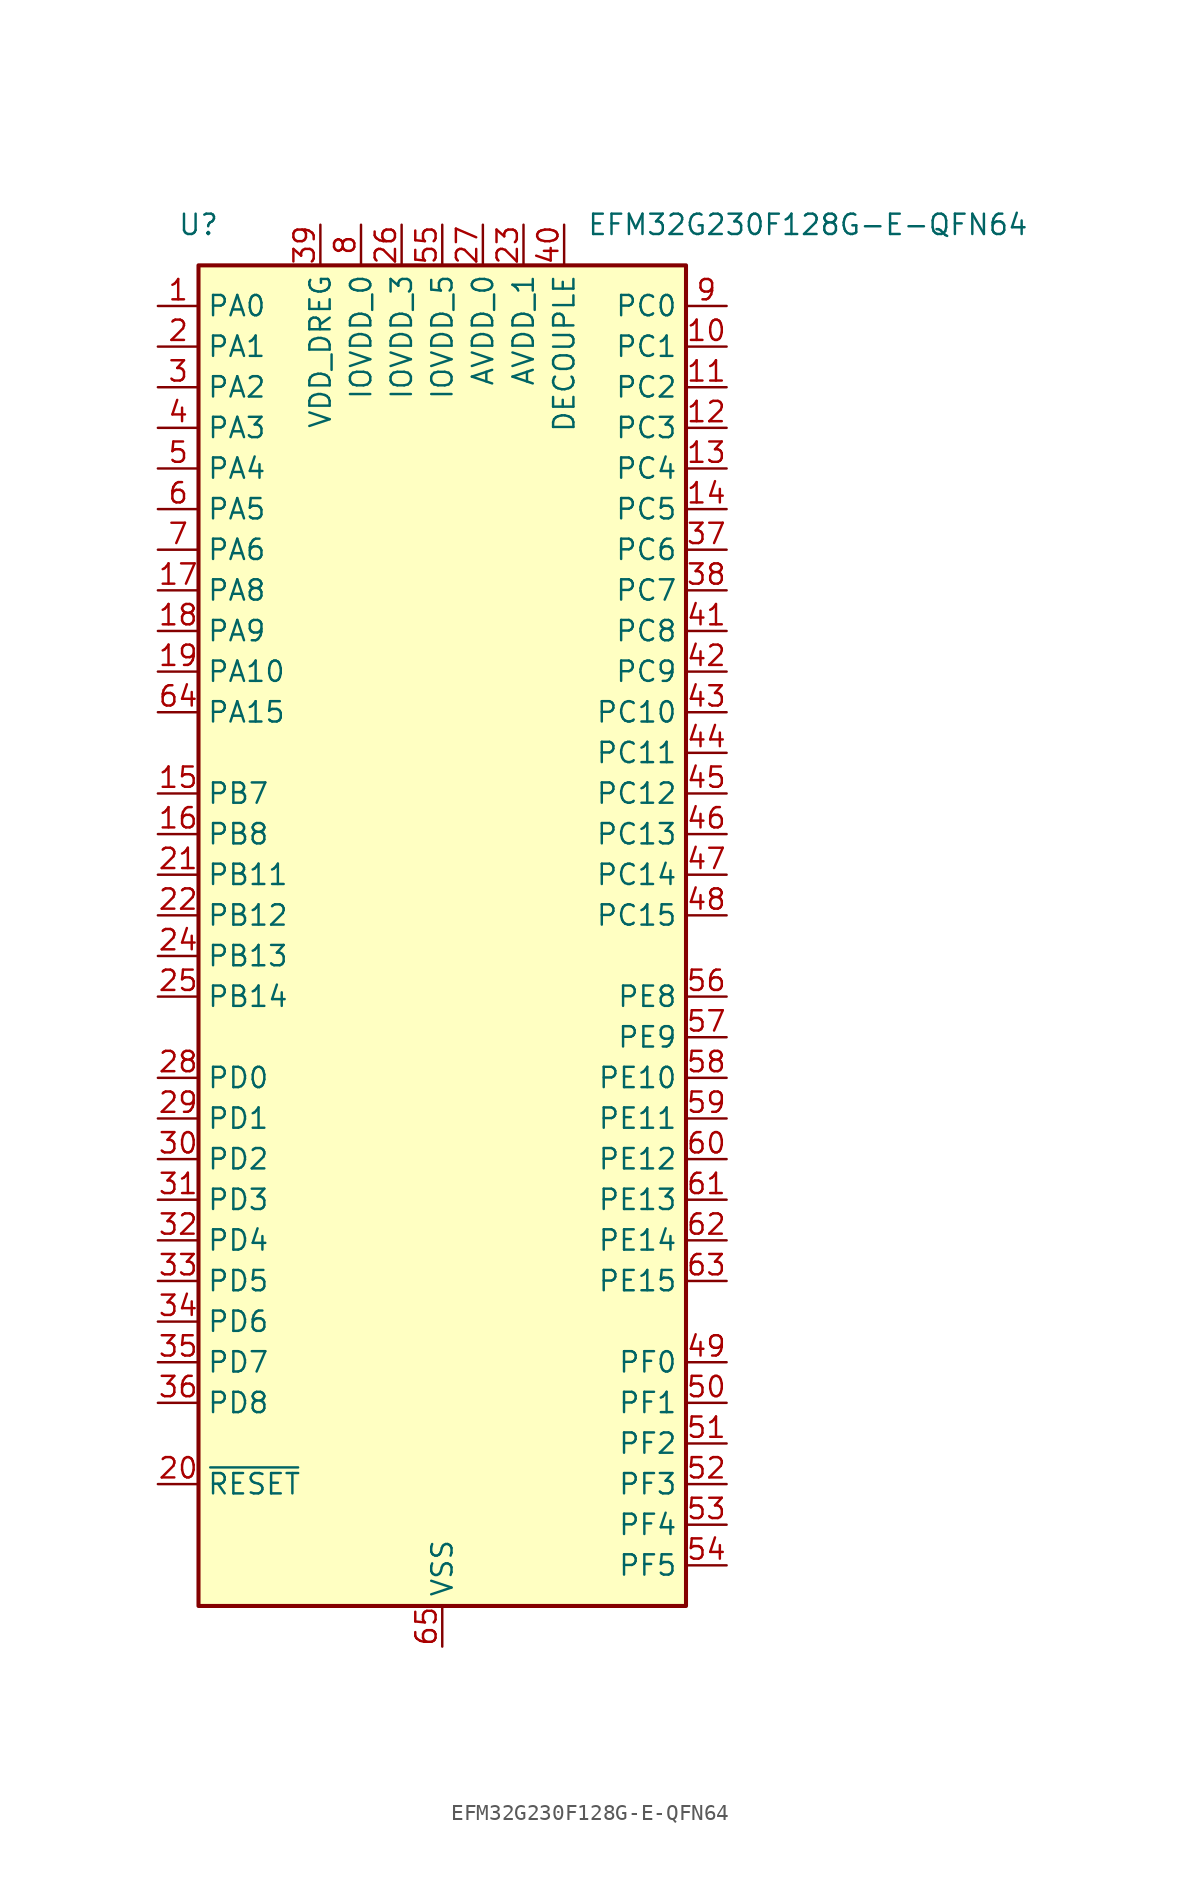
<source format=kicad_sym>
(kicad_symbol_lib
  (version 20220914)
  (generator kicad_symbol_editor)
  (symbol "EFM32G230F128G-E-QFN64"
    (property "Reference" "U"
      (at -15.24 43.18 0)
      (effects (font (size 1.27 1.27))))
    (property "Value" "EFM32G230F128G-E-QFN64"
      (at 22.86 43.18 0)
      (effects (font (size 1.27 1.27))))
    (symbol "EFM32G230F128G-E-QFN64_0_1"
      (rectangle (start -15.24 40.64) (end 15.24 -43.18) (stroke (width 0.254) (type default)) (fill (type background))))
    (symbol "EFM32G230F128G-E-QFN64_1_1"
      (pin bidirectional line (at -17.78 38.1 0) (length 2.54) (name "PA0" (effects (font (size 1.27 1.27)))) (number "1" (effects (font (size 1.27 1.27)))))
      (pin bidirectional line (at 17.78 35.56 180) (length 2.54) (name "PC1" (effects (font (size 1.27 1.27)))) (number "10" (effects (font (size 1.27 1.27)))))
      (pin bidirectional line (at 17.78 33.02 180) (length 2.54) (name "PC2" (effects (font (size 1.27 1.27)))) (number "11" (effects (font (size 1.27 1.27)))))
      (pin bidirectional line (at 17.78 30.48 180) (length 2.54) (name "PC3" (effects (font (size 1.27 1.27)))) (number "12" (effects (font (size 1.27 1.27)))))
      (pin bidirectional line (at 17.78 27.94 180) (length 2.54) (name "PC4" (effects (font (size 1.27 1.27)))) (number "13" (effects (font (size 1.27 1.27)))))
      (pin bidirectional line (at 17.78 25.4 180) (length 2.54) (name "PC5" (effects (font (size 1.27 1.27)))) (number "14" (effects (font (size 1.27 1.27)))))
      (pin bidirectional line (at -17.78 7.62 0) (length 2.54) (name "PB7" (effects (font (size 1.27 1.27)))) (number "15" (effects (font (size 1.27 1.27)))))
      (pin bidirectional line (at -17.78 5.08 0) (length 2.54) (name "PB8" (effects (font (size 1.27 1.27)))) (number "16" (effects (font (size 1.27 1.27)))))
      (pin bidirectional line (at -17.78 20.32 0) (length 2.54) (name "PA8" (effects (font (size 1.27 1.27)))) (number "17" (effects (font (size 1.27 1.27)))))
      (pin bidirectional line (at -17.78 17.78 0) (length 2.54) (name "PA9" (effects (font (size 1.27 1.27)))) (number "18" (effects (font (size 1.27 1.27)))))
      (pin bidirectional line (at -17.78 15.24 0) (length 2.54) (name "PA10" (effects (font (size 1.27 1.27)))) (number "19" (effects (font (size 1.27 1.27)))))
      (pin bidirectional line (at -17.78 35.56 0) (length 2.54) (name "PA1" (effects (font (size 1.27 1.27)))) (number "2" (effects (font (size 1.27 1.27)))))
      (pin input line (at -17.78 -35.56 0) (length 2.54) (name "~{RESET}" (effects (font (size 1.27 1.27)))) (number "20" (effects (font (size 1.27 1.27)))))
      (pin bidirectional line (at -17.78 2.54 0) (length 2.54) (name "PB11" (effects (font (size 1.27 1.27)))) (number "21" (effects (font (size 1.27 1.27)))))
      (pin bidirectional line (at -17.78 0 0) (length 2.54) (name "PB12" (effects (font (size 1.27 1.27)))) (number "22" (effects (font (size 1.27 1.27)))))
      (pin power_in line (at 5.08 43.18 270) (length 2.54) (name "AVDD_1" (effects (font (size 1.27 1.27)))) (number "23" (effects (font (size 1.27 1.27)))))
      (pin bidirectional line (at -17.78 -2.54 0) (length 2.54) (name "PB13" (effects (font (size 1.27 1.27)))) (number "24" (effects (font (size 1.27 1.27)))))
      (pin bidirectional line (at -17.78 -5.08 0) (length 2.54) (name "PB14" (effects (font (size 1.27 1.27)))) (number "25" (effects (font (size 1.27 1.27)))))
      (pin power_in line (at -2.54 43.18 270) (length 2.54) (name "IOVDD_3" (effects (font (size 1.27 1.27)))) (number "26" (effects (font (size 1.27 1.27)))))
      (pin power_in line (at 2.54 43.18 270) (length 2.54) (name "AVDD_0" (effects (font (size 1.27 1.27)))) (number "27" (effects (font (size 1.27 1.27)))))
      (pin bidirectional line (at -17.78 -10.16 0) (length 2.54) (name "PD0" (effects (font (size 1.27 1.27)))) (number "28" (effects (font (size 1.27 1.27)))))
      (pin bidirectional line (at -17.78 -12.7 0) (length 2.54) (name "PD1" (effects (font (size 1.27 1.27)))) (number "29" (effects (font (size 1.27 1.27)))))
      (pin bidirectional line (at -17.78 33.02 0) (length 2.54) (name "PA2" (effects (font (size 1.27 1.27)))) (number "3" (effects (font (size 1.27 1.27)))))
      (pin bidirectional line (at -17.78 -15.24 0) (length 2.54) (name "PD2" (effects (font (size 1.27 1.27)))) (number "30" (effects (font (size 1.27 1.27)))))
      (pin bidirectional line (at -17.78 -17.78 0) (length 2.54) (name "PD3" (effects (font (size 1.27 1.27)))) (number "31" (effects (font (size 1.27 1.27)))))
      (pin bidirectional line (at -17.78 -20.32 0) (length 2.54) (name "PD4" (effects (font (size 1.27 1.27)))) (number "32" (effects (font (size 1.27 1.27)))))
      (pin bidirectional line (at -17.78 -22.86 0) (length 2.54) (name "PD5" (effects (font (size 1.27 1.27)))) (number "33" (effects (font (size 1.27 1.27)))))
      (pin bidirectional line (at -17.78 -25.4 0) (length 2.54) (name "PD6" (effects (font (size 1.27 1.27)))) (number "34" (effects (font (size 1.27 1.27)))))
      (pin bidirectional line (at -17.78 -27.94 0) (length 2.54) (name "PD7" (effects (font (size 1.27 1.27)))) (number "35" (effects (font (size 1.27 1.27)))))
      (pin bidirectional line (at -17.78 -30.48 0) (length 2.54) (name "PD8" (effects (font (size 1.27 1.27)))) (number "36" (effects (font (size 1.27 1.27)))))
      (pin bidirectional line (at 17.78 22.86 180) (length 2.54) (name "PC6" (effects (font (size 1.27 1.27)))) (number "37" (effects (font (size 1.27 1.27)))))
      (pin bidirectional line (at 17.78 20.32 180) (length 2.54) (name "PC7" (effects (font (size 1.27 1.27)))) (number "38" (effects (font (size 1.27 1.27)))))
      (pin power_in line (at -7.62 43.18 270) (length 2.54) (name "VDD_DREG" (effects (font (size 1.27 1.27)))) (number "39" (effects (font (size 1.27 1.27)))))
      (pin bidirectional line (at -17.78 30.48 0) (length 2.54) (name "PA3" (effects (font (size 1.27 1.27)))) (number "4" (effects (font (size 1.27 1.27)))))
      (pin passive line (at 7.62 43.18 270) (length 2.54) (name "DECOUPLE" (effects (font (size 1.27 1.27)))) (number "40" (effects (font (size 1.27 1.27)))))
      (pin bidirectional line (at 17.78 17.78 180) (length 2.54) (name "PC8" (effects (font (size 1.27 1.27)))) (number "41" (effects (font (size 1.27 1.27)))))
      (pin bidirectional line (at 17.78 15.24 180) (length 2.54) (name "PC9" (effects (font (size 1.27 1.27)))) (number "42" (effects (font (size 1.27 1.27)))))
      (pin bidirectional line (at 17.78 12.7 180) (length 2.54) (name "PC10" (effects (font (size 1.27 1.27)))) (number "43" (effects (font (size 1.27 1.27)))))
      (pin bidirectional line (at 17.78 10.16 180) (length 2.54) (name "PC11" (effects (font (size 1.27 1.27)))) (number "44" (effects (font (size 1.27 1.27)))))
      (pin bidirectional line (at 17.78 7.62 180) (length 2.54) (name "PC12" (effects (font (size 1.27 1.27)))) (number "45" (effects (font (size 1.27 1.27)))))
      (pin bidirectional line (at 17.78 5.08 180) (length 2.54) (name "PC13" (effects (font (size 1.27 1.27)))) (number "46" (effects (font (size 1.27 1.27)))))
      (pin bidirectional line (at 17.78 2.54 180) (length 2.54) (name "PC14" (effects (font (size 1.27 1.27)))) (number "47" (effects (font (size 1.27 1.27)))))
      (pin bidirectional line (at 17.78 0 180) (length 2.54) (name "PC15" (effects (font (size 1.27 1.27)))) (number "48" (effects (font (size 1.27 1.27)))))
      (pin bidirectional line (at 17.78 -27.94 180) (length 2.54) (name "PF0" (effects (font (size 1.27 1.27)))) (number "49" (effects (font (size 1.27 1.27)))))
      (pin bidirectional line (at -17.78 27.94 0) (length 2.54) (name "PA4" (effects (font (size 1.27 1.27)))) (number "5" (effects (font (size 1.27 1.27)))))
      (pin bidirectional line (at 17.78 -30.48 180) (length 2.54) (name "PF1" (effects (font (size 1.27 1.27)))) (number "50" (effects (font (size 1.27 1.27)))))
      (pin bidirectional line (at 17.78 -33.02 180) (length 2.54) (name "PF2" (effects (font (size 1.27 1.27)))) (number "51" (effects (font (size 1.27 1.27)))))
      (pin bidirectional line (at 17.78 -35.56 180) (length 2.54) (name "PF3" (effects (font (size 1.27 1.27)))) (number "52" (effects (font (size 1.27 1.27)))))
      (pin bidirectional line (at 17.78 -38.1 180) (length 2.54) (name "PF4" (effects (font (size 1.27 1.27)))) (number "53" (effects (font (size 1.27 1.27)))))
      (pin bidirectional line (at 17.78 -40.64 180) (length 2.54) (name "PF5" (effects (font (size 1.27 1.27)))) (number "54" (effects (font (size 1.27 1.27)))))
      (pin power_in line (at 0 43.18 270) (length 2.54) (name "IOVDD_5" (effects (font (size 1.27 1.27)))) (number "55" (effects (font (size 1.27 1.27)))))
      (pin bidirectional line (at 17.78 -5.08 180) (length 2.54) (name "PE8" (effects (font (size 1.27 1.27)))) (number "56" (effects (font (size 1.27 1.27)))))
      (pin bidirectional line (at 17.78 -7.62 180) (length 2.54) (name "PE9" (effects (font (size 1.27 1.27)))) (number "57" (effects (font (size 1.27 1.27)))))
      (pin bidirectional line (at 17.78 -10.16 180) (length 2.54) (name "PE10" (effects (font (size 1.27 1.27)))) (number "58" (effects (font (size 1.27 1.27)))))
      (pin bidirectional line (at 17.78 -12.7 180) (length 2.54) (name "PE11" (effects (font (size 1.27 1.27)))) (number "59" (effects (font (size 1.27 1.27)))))
      (pin bidirectional line (at -17.78 25.4 0) (length 2.54) (name "PA5" (effects (font (size 1.27 1.27)))) (number "6" (effects (font (size 1.27 1.27)))))
      (pin bidirectional line (at 17.78 -15.24 180) (length 2.54) (name "PE12" (effects (font (size 1.27 1.27)))) (number "60" (effects (font (size 1.27 1.27)))))
      (pin bidirectional line (at 17.78 -17.78 180) (length 2.54) (name "PE13" (effects (font (size 1.27 1.27)))) (number "61" (effects (font (size 1.27 1.27)))))
      (pin bidirectional line (at 17.78 -20.32 180) (length 2.54) (name "PE14" (effects (font (size 1.27 1.27)))) (number "62" (effects (font (size 1.27 1.27)))))
      (pin bidirectional line (at 17.78 -22.86 180) (length 2.54) (name "PE15" (effects (font (size 1.27 1.27)))) (number "63" (effects (font (size 1.27 1.27)))))
      (pin bidirectional line (at -17.78 12.7 0) (length 2.54) (name "PA15" (effects (font (size 1.27 1.27)))) (number "64" (effects (font (size 1.27 1.27)))))
      (pin power_in line (at 0 -45.72 90) (length 2.54) (name "VSS" (effects (font (size 1.27 1.27)))) (number "65" (effects (font (size 1.27 1.27)))))
      (pin bidirectional line (at -17.78 22.86 0) (length 2.54) (name "PA6" (effects (font (size 1.27 1.27)))) (number "7" (effects (font (size 1.27 1.27)))))
      (pin power_in line (at -5.08 43.18 270) (length 2.54) (name "IOVDD_0" (effects (font (size 1.27 1.27)))) (number "8" (effects (font (size 1.27 1.27)))))
      (pin bidirectional line (at 17.78 38.1 180) (length 2.54) (name "PC0" (effects (font (size 1.27 1.27)))) (number "9" (effects (font (size 1.27 1.27))))))))
</source>
